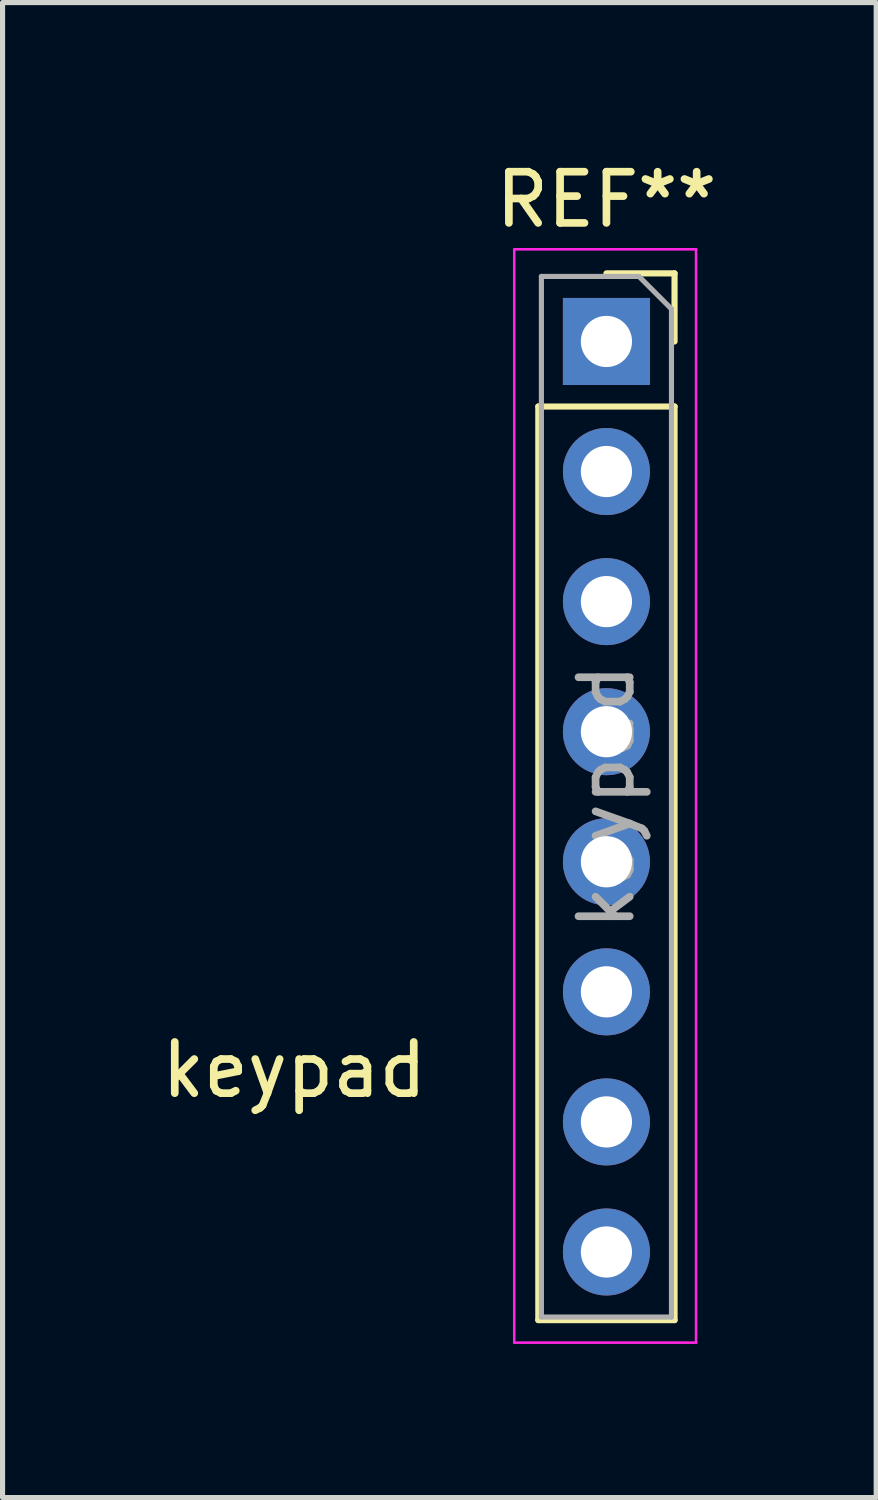
<source format=kicad_pcb>
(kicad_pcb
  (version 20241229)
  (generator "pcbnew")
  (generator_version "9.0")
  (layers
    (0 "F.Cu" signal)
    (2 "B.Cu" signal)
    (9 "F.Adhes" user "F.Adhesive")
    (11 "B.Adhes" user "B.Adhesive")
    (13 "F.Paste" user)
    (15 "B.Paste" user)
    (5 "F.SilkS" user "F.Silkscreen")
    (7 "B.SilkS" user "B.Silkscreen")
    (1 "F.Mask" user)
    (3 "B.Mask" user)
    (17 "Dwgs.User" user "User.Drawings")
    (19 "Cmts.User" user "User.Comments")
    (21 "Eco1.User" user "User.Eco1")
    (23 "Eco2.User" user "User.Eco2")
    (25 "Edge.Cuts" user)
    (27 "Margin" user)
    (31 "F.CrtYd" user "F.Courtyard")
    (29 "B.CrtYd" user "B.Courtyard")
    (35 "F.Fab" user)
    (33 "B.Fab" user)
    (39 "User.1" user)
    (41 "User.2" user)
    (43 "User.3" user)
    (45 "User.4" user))
  (footprint "keypad"
    (layer "F.Cu")
    (at 2.696 8.19)
    (property "Reference" "keypad" (at 0 9.652 0) (layer "F.SilkS") (effects (font (size 1 1) (thickness 0.15))))
    (attr through_hole)
    (fp_line (start 4.766 -3.302) (end 4.766 14.538) (stroke (width 0.12) (type solid)) (layer "F.SilkS"))
    (fp_line (start 4.766 -3.302) (end 7.426 -3.302) (stroke (width 0.12) (type solid)) (layer "F.SilkS"))
    (fp_line (start 4.766 14.538) (end 7.426 14.538) (stroke (width 0.12) (type solid)) (layer "F.SilkS"))
    (fp_line (start 6.096 -5.902) (end 7.426 -5.902) (stroke (width 0.12) (type solid)) (layer "F.SilkS"))
    (fp_line (start 7.426 -5.902) (end 7.426 -4.572) (stroke (width 0.12) (type solid)) (layer "F.SilkS"))
    (fp_line (start 7.426 -3.302) (end 7.426 14.538) (stroke (width 0.12) (type solid)) (layer "F.SilkS"))
    (fp_line (start 4.296 -6.372) (end 7.846 -6.372) (stroke (width 0.05) (type solid)) (layer "F.CrtYd"))
    (fp_line (start 4.296 14.978) (end 4.296 -6.372) (stroke (width 0.05) (type solid)) (layer "F.CrtYd"))
    (fp_line (start 7.846 -6.372) (end 7.846 14.978) (stroke (width 0.05) (type solid)) (layer "F.CrtYd"))
    (fp_line (start 7.846 14.978) (end 4.296 14.978) (stroke (width 0.05) (type solid)) (layer "F.CrtYd"))
    (fp_line (start 4.826 -5.842) (end 6.731 -5.842) (stroke (width 0.1) (type solid)) (layer "F.Fab"))
    (fp_line (start 4.826 14.478) (end 4.826 -5.842) (stroke (width 0.1) (type solid)) (layer "F.Fab"))
    (fp_line (start 6.731 -5.842) (end 7.366 -5.207) (stroke (width 0.1) (type solid)) (layer "F.Fab"))
    (fp_line (start 7.366 -5.207) (end 7.366 14.478) (stroke (width 0.1) (type solid)) (layer "F.Fab"))
    (fp_line (start 7.366 14.478) (end 4.826 14.478) (stroke (width 0.1) (type solid)) (layer "F.Fab"))
    (fp_text user "REF**" (at 6.096 -7.342 0) (layer "F.SilkS") (effects (font (size 1 1) (thickness 0.15))))
    (fp_text user "${REFERENCE}" (at 6.096 4.318 90) (layer "F.Fab") (effects (font (size 1 1) (thickness 0.15))))
    (pad "1" thru_hole rect (at 6.096 -4.572) (size 1.7 1.7) (drill 1) (layers "*.Cu" "*.Mask"))
    (pad "2" thru_hole oval (at 6.096 -2.032) (size 1.7 1.7) (drill 1) (layers "*.Cu" "*.Mask"))
    (pad "3" thru_hole oval (at 6.096 0.508) (size 1.7 1.7) (drill 1) (layers "*.Cu" "*.Mask"))
    (pad "4" thru_hole oval (at 6.096 3.048) (size 1.7 1.7) (drill 1) (layers "*.Cu" "*.Mask"))
    (pad "5" thru_hole oval (at 6.096 5.588) (size 1.7 1.7) (drill 1) (layers "*.Cu" "*.Mask"))
    (pad "6" thru_hole oval (at 6.096 8.128) (size 1.7 1.7) (drill 1) (layers "*.Cu" "*.Mask"))
    (pad "7" thru_hole oval (at 6.096 10.668) (size 1.7 1.7) (drill 1) (layers "*.Cu" "*.Mask"))
    (pad "8" thru_hole oval (at 6.096 13.208) (size 1.7 1.7) (drill 1) (layers "*.Cu" "*.Mask")))
  (gr_rect
    (start -3 -3)
    (end 14.06 26.193)
    (stroke (width 0.1) (type default))
    (fill no)
    (layer "Edge.Cuts")))
</source>
